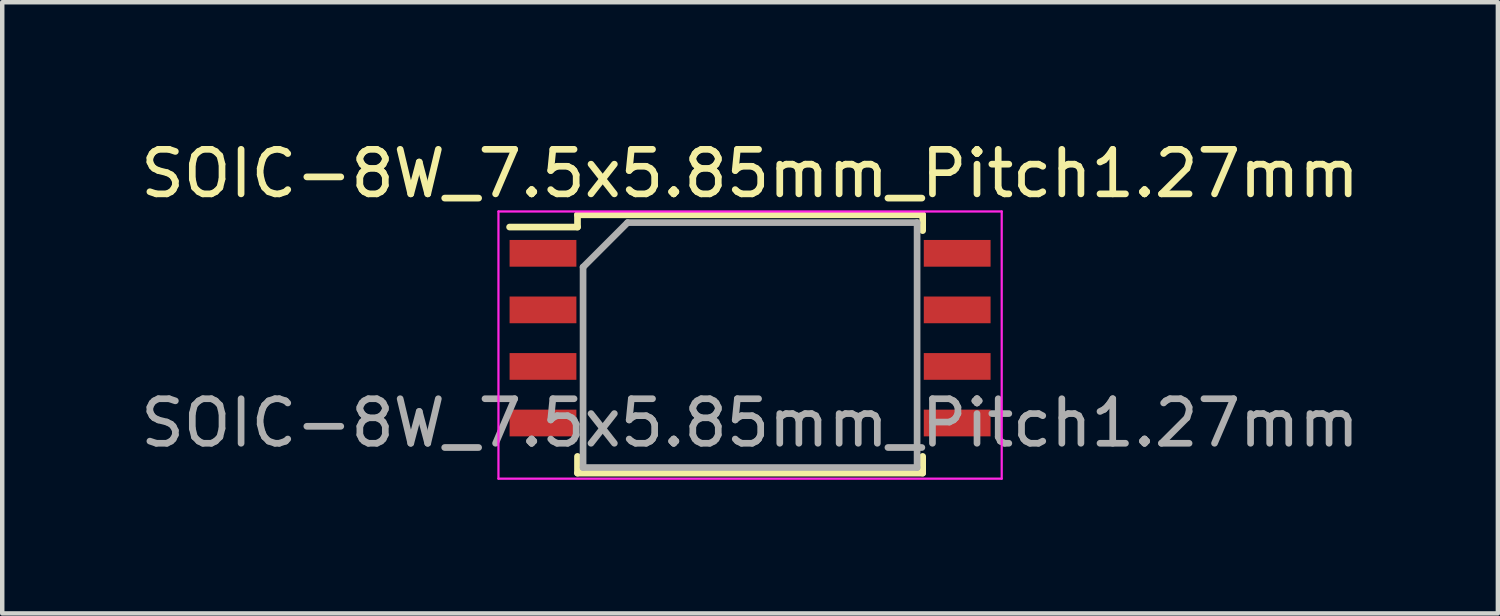
<source format=kicad_pcb>
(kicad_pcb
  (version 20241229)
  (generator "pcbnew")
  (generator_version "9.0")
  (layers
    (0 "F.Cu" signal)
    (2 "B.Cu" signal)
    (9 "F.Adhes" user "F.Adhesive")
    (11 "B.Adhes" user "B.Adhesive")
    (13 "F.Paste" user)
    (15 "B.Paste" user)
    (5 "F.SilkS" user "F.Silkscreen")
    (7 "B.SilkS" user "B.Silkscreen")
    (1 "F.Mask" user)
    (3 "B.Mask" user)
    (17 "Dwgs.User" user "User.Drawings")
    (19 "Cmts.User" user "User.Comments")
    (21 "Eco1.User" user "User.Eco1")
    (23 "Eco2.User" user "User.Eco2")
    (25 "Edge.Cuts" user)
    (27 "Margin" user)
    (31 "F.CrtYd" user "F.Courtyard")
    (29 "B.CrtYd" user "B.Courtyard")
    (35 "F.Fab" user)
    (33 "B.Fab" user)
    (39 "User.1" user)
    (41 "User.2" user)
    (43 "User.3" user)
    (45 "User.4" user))
  (footprint "SOIC-8W_7.5x5.85mm_Pitch1.27mm"
    (layer "F.Cu")
    (at 13.792 6.448)
    (property "Reference" "SOIC-8W_7.5x5.85mm_Pitch1.27mm" (at 0 -5.6 0) (layer "F.SilkS") (effects (font (size 1 1) (thickness 0.15))))
    (attr smd)
    (fp_line (start -3.875 -4.675) (end -3.875 -4.4) (stroke (width 0.15) (type solid)) (layer "F.SilkS"))
    (fp_line (start -3.875 -4.675) (end 3.875 -4.675) (stroke (width 0.15) (type solid)) (layer "F.SilkS"))
    (fp_line (start -3.875 -4.4) (end -5.4 -4.4) (stroke (width 0.15) (type solid)) (layer "F.SilkS"))
    (fp_line (start -3.875 1.125) (end -3.875 0.75) (stroke (width 0.15) (type solid)) (layer "F.SilkS"))
    (fp_line (start -3.875 1.125) (end 3.875 1.125) (stroke (width 0.15) (type solid)) (layer "F.SilkS"))
    (fp_line (start 3.875 -4.675) (end 3.875 -4.32) (stroke (width 0.15) (type solid)) (layer "F.SilkS"))
    (fp_line (start 3.875 0.75) (end 3.875 1.125) (stroke (width 0.15) (type solid)) (layer "F.SilkS"))
    (fp_line (start -5.65 -4.75) (end -5.65 1.25) (stroke (width 0.05) (type solid)) (layer "F.CrtYd"))
    (fp_line (start -5.65 -4.75) (end 5.65 -4.75) (stroke (width 0.05) (type solid)) (layer "F.CrtYd"))
    (fp_line (start -5.65 1.25) (end 5.65 1.25) (stroke (width 0.05) (type solid)) (layer "F.CrtYd"))
    (fp_line (start 5.65 -4.75) (end 5.65 1.25) (stroke (width 0.05) (type solid)) (layer "F.CrtYd"))
    (fp_line (start -3.75 -3.5) (end -2.75 -4.5) (stroke (width 0.15) (type solid)) (layer "F.Fab"))
    (fp_line (start -3.75 1) (end -3.75 -3.5) (stroke (width 0.15) (type solid)) (layer "F.Fab"))
    (fp_line (start -2.75 -4.5) (end 3.75 -4.5) (stroke (width 0.15) (type solid)) (layer "F.Fab"))
    (fp_line (start 3.75 -4.5) (end 3.75 1) (stroke (width 0.15) (type solid)) (layer "F.Fab"))
    (fp_line (start 3.75 1) (end -3.75 1) (stroke (width 0.15) (type solid)) (layer "F.Fab"))
    (fp_text user "${REFERENCE}" (at 0 0 0) (layer "F.Fab") (effects (font (size 1 1) (thickness 0.15))))
    (pad "1" smd rect (at -4.65 -3.81) (size 1.5 0.6) (layers "F.Cu" "F.Mask" "F.Paste"))
    (pad "2" smd rect (at -4.65 -2.54) (size 1.5 0.6) (layers "F.Cu" "F.Mask" "F.Paste"))
    (pad "3" smd rect (at -4.65 -1.27) (size 1.5 0.6) (layers "F.Cu" "F.Mask" "F.Paste"))
    (pad "4" smd rect (at -4.65 0) (size 1.5 0.6) (layers "F.Cu" "F.Mask" "F.Paste"))
    (pad "5" smd rect (at 4.65 0) (size 1.5 0.6) (layers "F.Cu" "F.Mask" "F.Paste"))
    (pad "6" smd rect (at 4.65 -1.27) (size 1.5 0.6) (layers "F.Cu" "F.Mask" "F.Paste"))
    (pad "7" smd rect (at 4.65 -2.54) (size 1.5 0.6) (layers "F.Cu" "F.Mask" "F.Paste"))
    (pad "8" smd rect (at 4.65 -3.81) (size 1.5 0.6) (layers "F.Cu" "F.Mask" "F.Paste")))
  (gr_rect
    (start -3 -3)
    (end 30.583 10.723)
    (stroke (width 0.1) (type default))
    (fill no)
    (layer "Edge.Cuts")))
</source>
